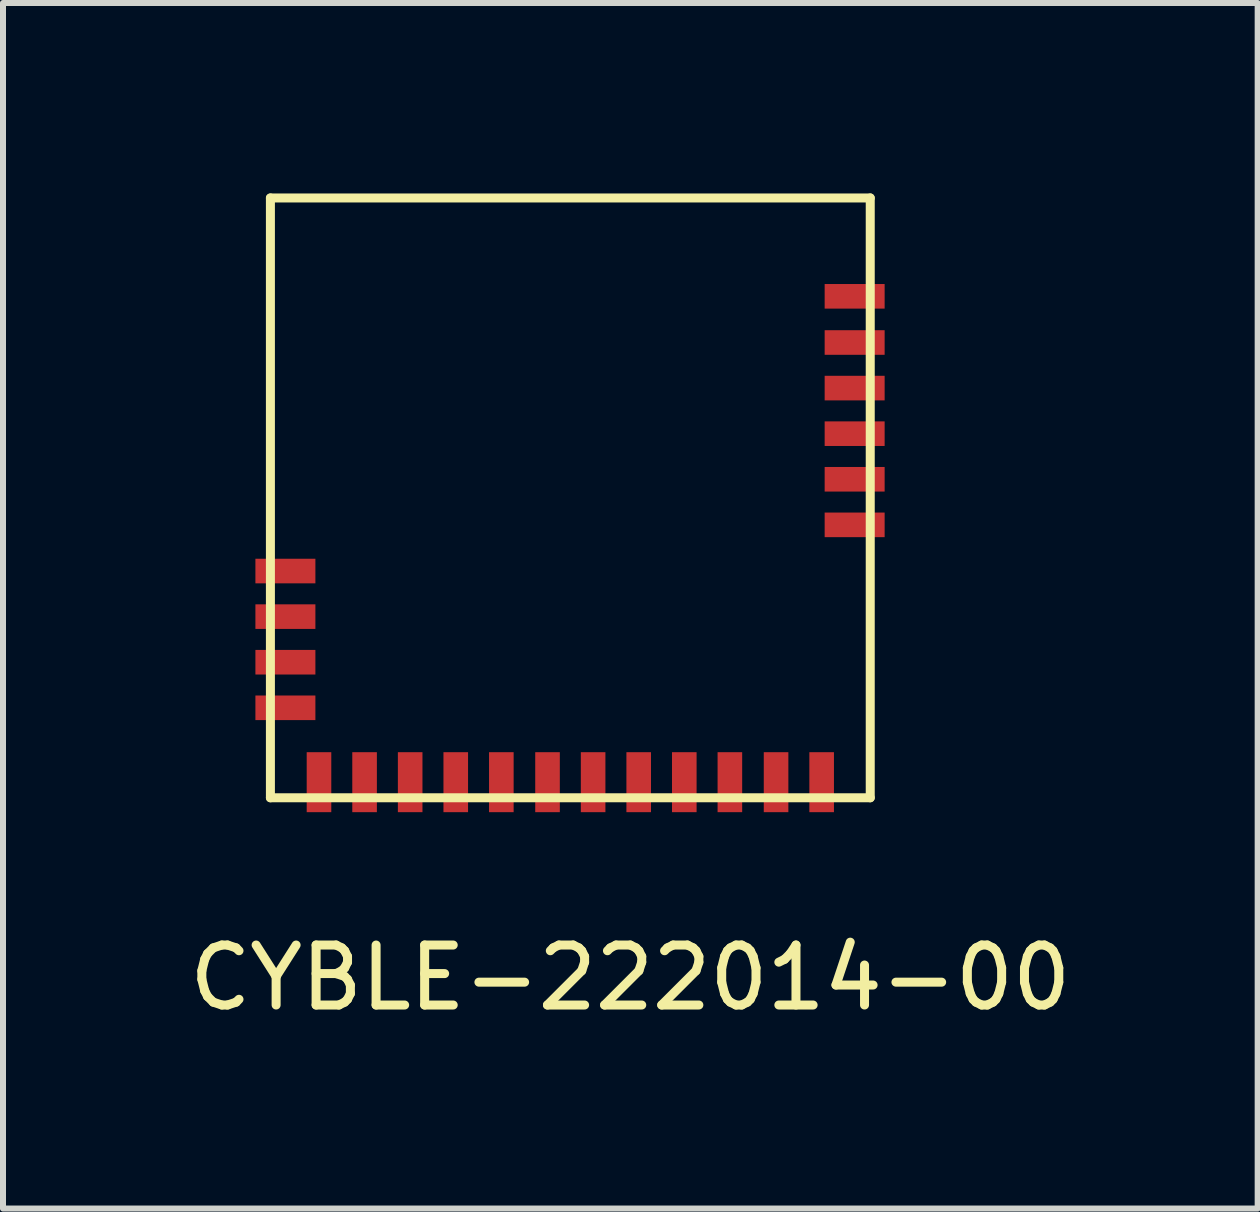
<source format=kicad_pcb>
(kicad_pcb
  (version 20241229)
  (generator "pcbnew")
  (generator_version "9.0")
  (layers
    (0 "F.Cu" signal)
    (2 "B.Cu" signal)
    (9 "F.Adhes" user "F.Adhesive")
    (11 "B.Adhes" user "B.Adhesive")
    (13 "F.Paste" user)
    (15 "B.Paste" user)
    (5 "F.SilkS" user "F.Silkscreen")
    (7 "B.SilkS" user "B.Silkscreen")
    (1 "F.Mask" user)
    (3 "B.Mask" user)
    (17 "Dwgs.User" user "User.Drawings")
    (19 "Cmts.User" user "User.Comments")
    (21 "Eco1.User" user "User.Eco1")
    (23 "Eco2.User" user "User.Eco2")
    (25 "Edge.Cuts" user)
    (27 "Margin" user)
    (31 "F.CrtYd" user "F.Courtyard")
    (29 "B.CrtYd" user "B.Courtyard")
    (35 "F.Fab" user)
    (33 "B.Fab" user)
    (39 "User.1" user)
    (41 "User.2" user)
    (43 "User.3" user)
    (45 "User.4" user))
  (footprint "CYBLE-222014-00"
    (layer "F.Cu")
    (at 11.458 0.25)
    (property "Reference" "CYBLE-222014-00" (at -4 13 0) (layer "F.SilkS") (effects (font (size 1 1) (thickness 0.15))))
    (attr through_hole)
    (fp_line (start -10 0) (end -10 10) (stroke (width 0.15) (type solid)) (layer "F.SilkS"))
    (fp_line (start -10 10) (end 0 10) (stroke (width 0.15) (type solid)) (layer "F.SilkS"))
    (fp_line (start 0 0) (end -10 0) (stroke (width 0.15) (type solid)) (layer "F.SilkS"))
    (fp_line (start 0 10) (end 0 0) (stroke (width 0.15) (type solid)) (layer "F.SilkS"))
    (pad "1" smd rect (at -0.26 1.64) (size 1 0.41) (layers "F.Cu" "F.Mask" "F.Paste"))
    (pad "2" smd rect (at -0.26 2.41) (size 1 0.41) (layers "F.Cu" "F.Mask" "F.Paste"))
    (pad "3" smd rect (at -0.26 3.17) (size 1 0.41) (layers "F.Cu" "F.Mask" "F.Paste"))
    (pad "4" smd rect (at -0.26 3.93) (size 1 0.41) (layers "F.Cu" "F.Mask" "F.Paste"))
    (pad "5" smd rect (at -0.26 4.69) (size 1 0.41) (layers "F.Cu" "F.Mask" "F.Paste"))
    (pad "6" smd rect (at -0.26 5.45) (size 1 0.41) (layers "F.Cu" "F.Mask" "F.Paste"))
    (pad "7" smd rect (at -0.81 9.74 90) (size 1 0.41) (layers "F.Cu" "F.Mask" "F.Paste"))
    (pad "8" smd rect (at -1.57 9.74 90) (size 1 0.41) (layers "F.Cu" "F.Mask" "F.Paste"))
    (pad "9" smd rect (at -2.34 9.74 90) (size 1 0.41) (layers "F.Cu" "F.Mask" "F.Paste"))
    (pad "10" smd rect (at -3.1 9.74 90) (size 1 0.41) (layers "F.Cu" "F.Mask" "F.Paste"))
    (pad "11" smd rect (at -3.86 9.74 90) (size 1 0.41) (layers "F.Cu" "F.Mask" "F.Paste"))
    (pad "12" smd rect (at -4.62 9.74 90) (size 1 0.41) (layers "F.Cu" "F.Mask" "F.Paste"))
    (pad "13" smd rect (at -5.38 9.74 90) (size 1 0.41) (layers "F.Cu" "F.Mask" "F.Paste"))
    (pad "14" smd rect (at -6.15 9.74 90) (size 1 0.41) (layers "F.Cu" "F.Mask" "F.Paste"))
    (pad "15" smd rect (at -6.91 9.74 90) (size 1 0.41) (layers "F.Cu" "F.Mask" "F.Paste"))
    (pad "16" smd rect (at -7.67 9.74 90) (size 1 0.41) (layers "F.Cu" "F.Mask" "F.Paste"))
    (pad "17" smd rect (at -8.43 9.74 90) (size 1 0.41) (layers "F.Cu" "F.Mask" "F.Paste"))
    (pad "18" smd rect (at -9.19 9.74 90) (size 1 0.41) (layers "F.Cu" "F.Mask" "F.Paste"))
    (pad "19" smd rect (at -9.75 8.5) (size 1 0.41) (layers "F.Cu" "F.Mask" "F.Paste"))
    (pad "20" smd rect (at -9.75 7.74) (size 1 0.41) (layers "F.Cu" "F.Mask" "F.Paste"))
    (pad "21" smd rect (at -9.75 6.98) (size 1 0.41) (layers "F.Cu" "F.Mask" "F.Paste"))
    (pad "22" smd rect (at -9.75 6.22) (size 1 0.41) (layers "F.Cu" "F.Mask" "F.Paste")))
  (gr_rect
    (start -3 -3)
    (end 17.917 17.098)
    (stroke (width 0.1) (type default))
    (fill no)
    (layer "Edge.Cuts")))
</source>
